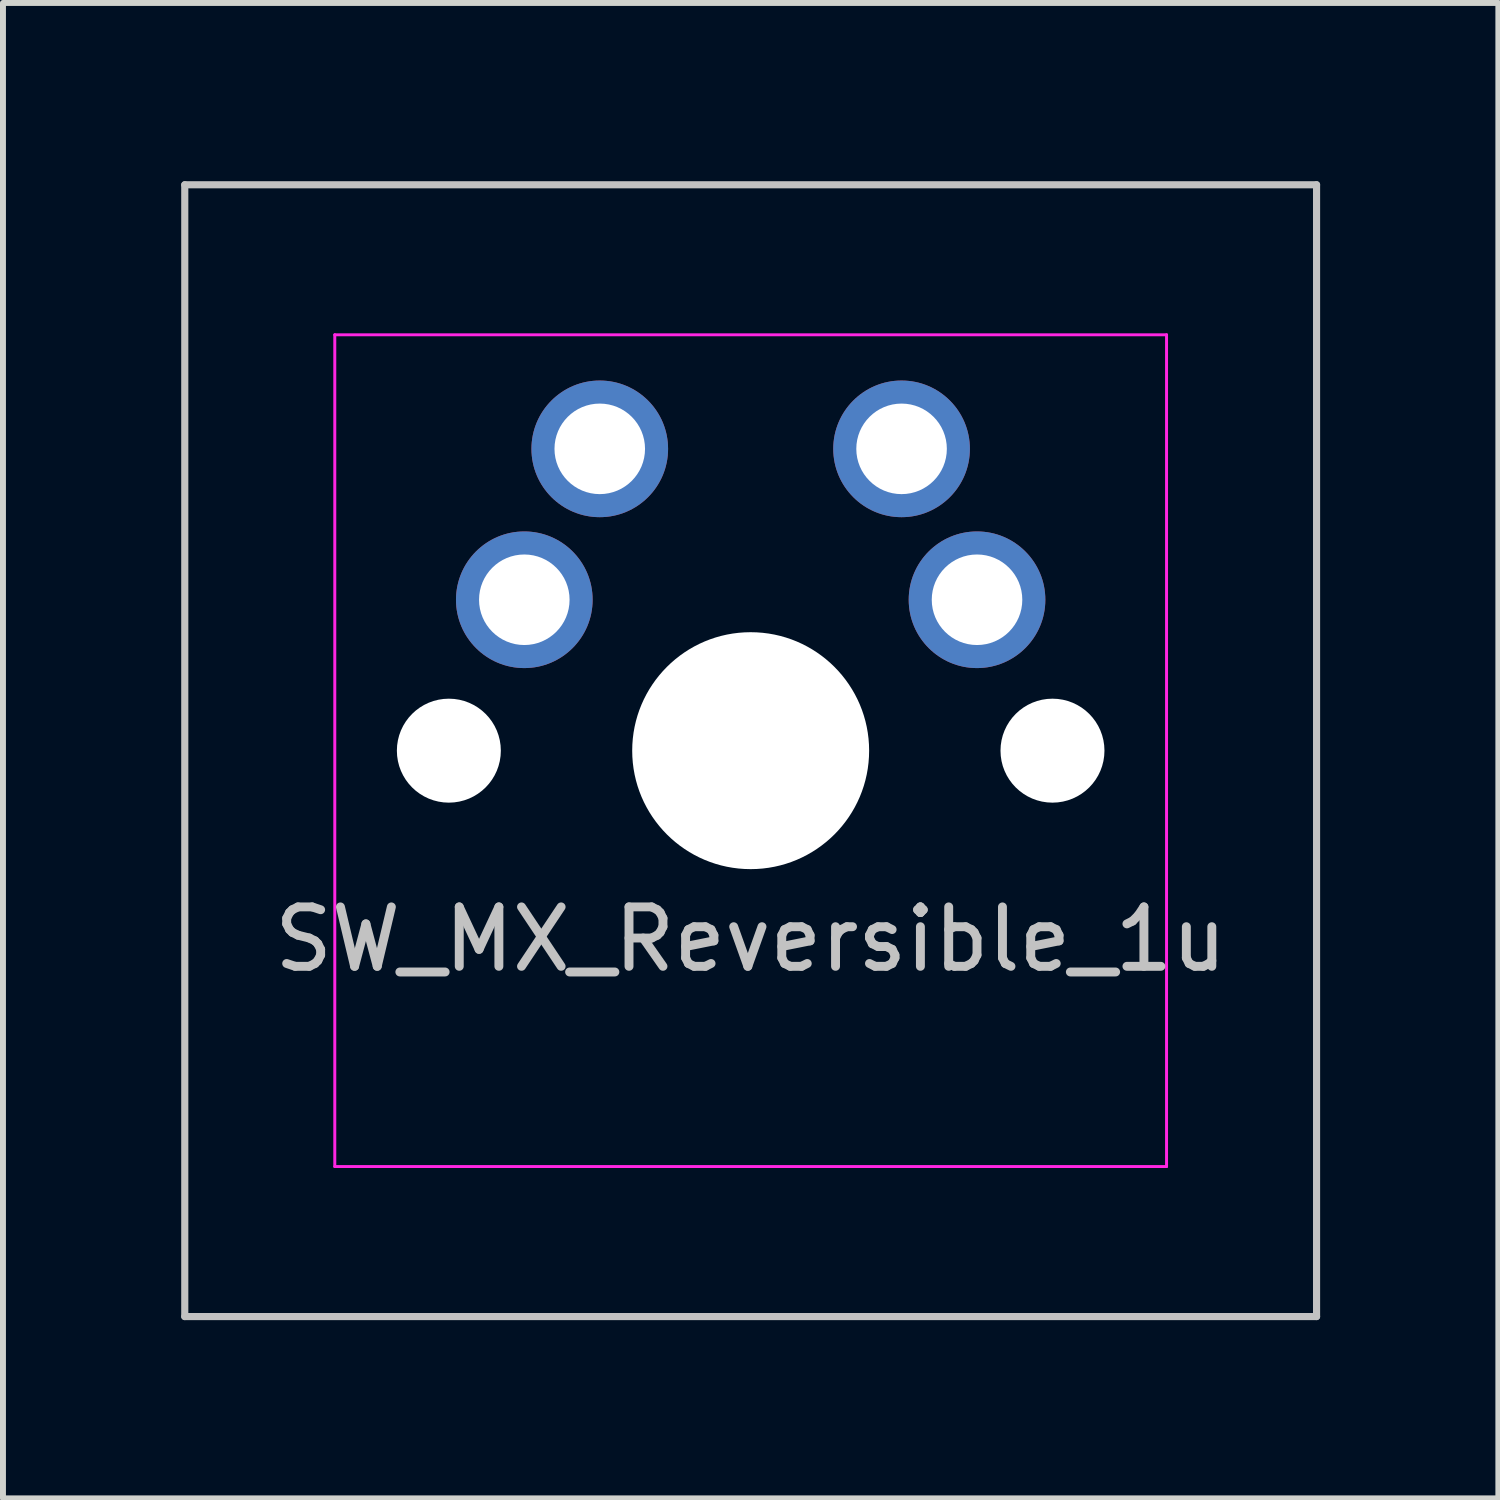
<source format=kicad_pcb>
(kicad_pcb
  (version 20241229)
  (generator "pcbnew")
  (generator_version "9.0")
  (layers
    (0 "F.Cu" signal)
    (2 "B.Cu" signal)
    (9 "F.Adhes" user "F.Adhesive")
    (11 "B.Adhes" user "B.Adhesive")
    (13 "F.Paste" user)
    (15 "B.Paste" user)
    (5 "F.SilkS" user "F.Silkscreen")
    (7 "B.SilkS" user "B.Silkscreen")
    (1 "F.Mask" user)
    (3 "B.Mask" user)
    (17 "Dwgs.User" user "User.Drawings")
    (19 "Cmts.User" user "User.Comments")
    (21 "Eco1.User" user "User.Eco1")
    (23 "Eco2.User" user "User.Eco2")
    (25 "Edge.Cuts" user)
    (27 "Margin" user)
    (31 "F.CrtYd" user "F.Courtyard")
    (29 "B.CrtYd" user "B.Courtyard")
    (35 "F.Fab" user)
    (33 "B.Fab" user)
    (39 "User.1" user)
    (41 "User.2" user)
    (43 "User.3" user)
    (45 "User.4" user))
  (footprint "SW_MX_Reversible_1u"
    (layer "F.Cu")
    (at 9.585 9.585)
    (property "Reference" "SW_MX_Reversible_1u" (at 0 3.175 0) (layer "Dwgs.User") (effects (font (size 1 1) (thickness 0.15))))
    (attr through_hole exclude_from_pos_files exclude_from_bom)
    (fp_line (start -9.525 -9.525) (end -9.525 9.525) (stroke (width 0.12) (type solid)) (layer "Dwgs.User"))
    (fp_line (start -9.525 9.525) (end 9.525 9.525) (stroke (width 0.12) (type solid)) (layer "Dwgs.User"))
    (fp_line (start 9.525 -9.525) (end -9.525 -9.525) (stroke (width 0.12) (type solid)) (layer "Dwgs.User"))
    (fp_line (start 9.525 9.525) (end 9.525 -9.525) (stroke (width 0.12) (type solid)) (layer "Dwgs.User"))
    (fp_line (start -7 6.5) (end -7 -6.5) (stroke (width 0.05) (type solid)) (layer "Eco2.User"))
    (fp_line (start -6.5 -7) (end 6.5 -7) (stroke (width 0.05) (type solid)) (layer "Eco2.User"))
    (fp_line (start 6.5 7) (end -6.5 7) (stroke (width 0.05) (type solid)) (layer "Eco2.User"))
    (fp_line (start 7 -6.5) (end 7 6.5) (stroke (width 0.05) (type solid)) (layer "Eco2.User"))
    (fp_arc (start -7 -6.5) (mid -6.853553 -6.853553) (end -6.5 -7) (stroke (width 0.05) (type solid)) (layer "Eco2.User"))
    (fp_arc (start -6.5 7) (mid -6.853553 6.853553) (end -7 6.5) (stroke (width 0.05) (type solid)) (layer "Eco2.User"))
    (fp_arc (start 6.5 -7) (mid 6.853553 -6.853553) (end 7 -6.5) (stroke (width 0.05) (type solid)) (layer "Eco2.User"))
    (fp_arc (start 6.997236 6.498884) (mid 6.850789 6.852437) (end 6.497236 6.998884) (stroke (width 0.05) (type solid)) (layer "Eco2.User"))
    (fp_line (start -7 -7) (end -7 7) (stroke (width 0.05) (type solid)) (layer "F.CrtYd"))
    (fp_line (start -7 7) (end 7 7) (stroke (width 0.05) (type solid)) (layer "F.CrtYd"))
    (fp_line (start 7 -7) (end -7 -7) (stroke (width 0.05) (type solid)) (layer "F.CrtYd"))
    (fp_line (start 7 7) (end 7 -7) (stroke (width 0.05) (type solid)) (layer "F.CrtYd"))
    (pad "" np_thru_hole circle (at -5.08 0) (size 1.75 1.75) (drill 1.75) (layers "*.Cu" "*.Mask"))
    (pad "" np_thru_hole circle (at 0 0) (size 3.988 3.988) (drill 3.988) (layers "*.Cu" "*.Mask"))
    (pad "" np_thru_hole circle (at 5.08 0) (size 1.75 1.75) (drill 1.75) (layers "*.Cu" "*.Mask"))
    (pad "1" thru_hole circle (at -3.81 -2.54) (size 2.3 2.3) (drill 1.524) (layers "*.Cu" "*.Mask"))
    (pad "1" thru_hole circle (at -2.54 -5.08) (size 2.3 2.3) (drill 1.524) (layers "*.Cu" "*.Mask"))
    (pad "2" thru_hole circle (at 2.54 -5.08) (size 2.3 2.3) (drill 1.524) (layers "*.Cu" "*.Mask"))
    (pad "2" thru_hole circle (at 3.81 -2.54) (size 2.3 2.3) (drill 1.524) (layers "*.Cu" "*.Mask")))
  (gr_rect
    (start -3 -3)
    (end 22.17 22.17)
    (stroke (width 0.1) (type default))
    (fill no)
    (layer "Edge.Cuts")))
</source>
